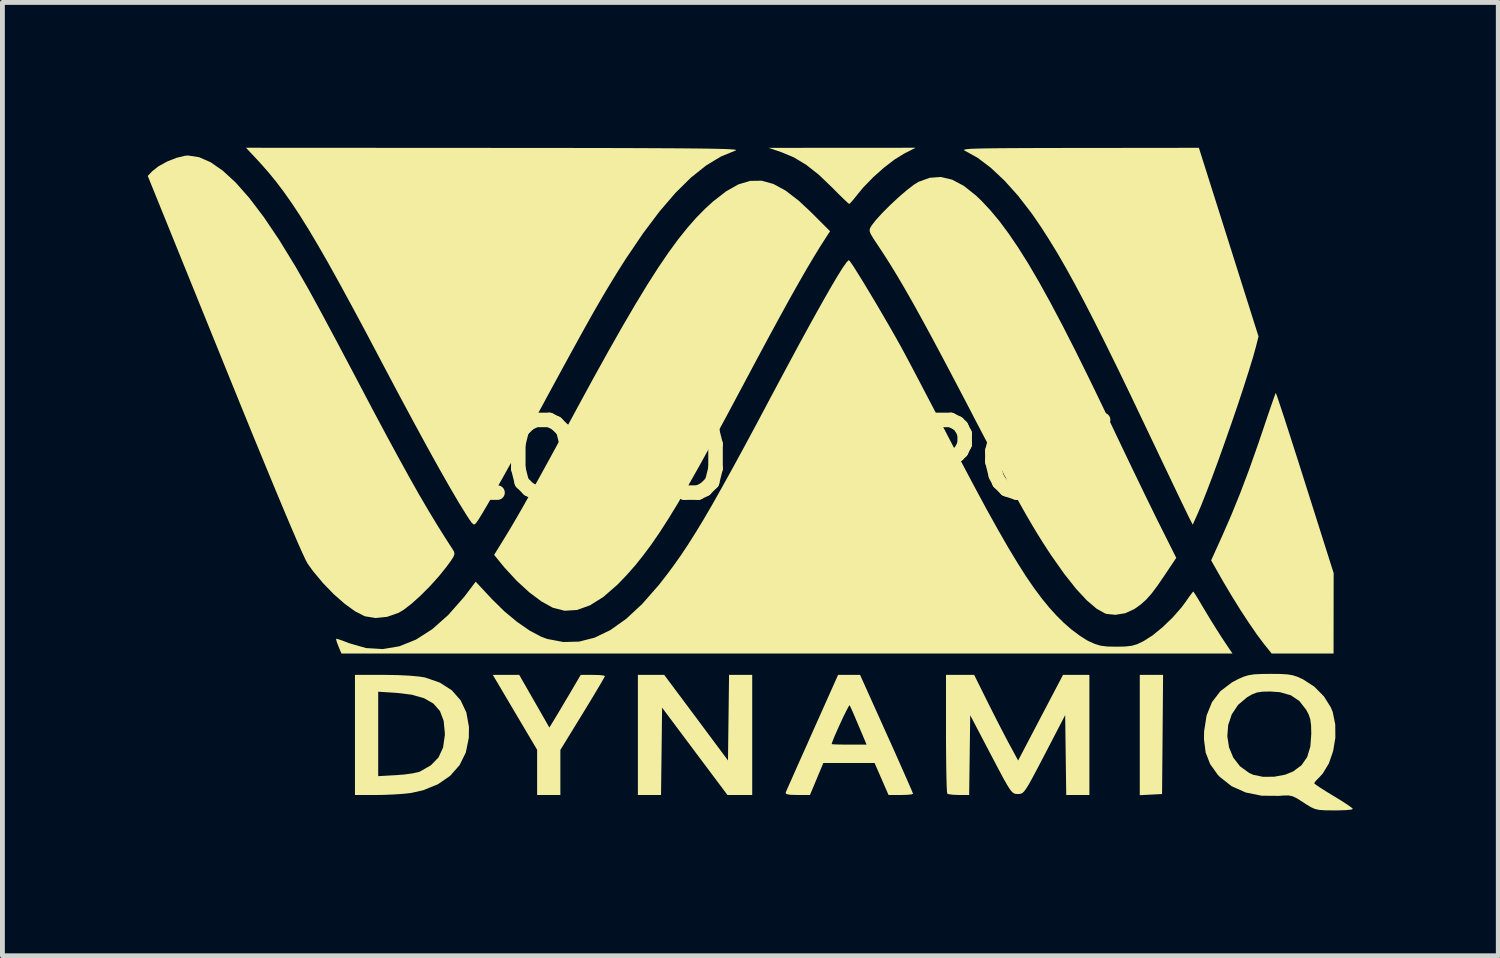
<source format=kicad_pcb>
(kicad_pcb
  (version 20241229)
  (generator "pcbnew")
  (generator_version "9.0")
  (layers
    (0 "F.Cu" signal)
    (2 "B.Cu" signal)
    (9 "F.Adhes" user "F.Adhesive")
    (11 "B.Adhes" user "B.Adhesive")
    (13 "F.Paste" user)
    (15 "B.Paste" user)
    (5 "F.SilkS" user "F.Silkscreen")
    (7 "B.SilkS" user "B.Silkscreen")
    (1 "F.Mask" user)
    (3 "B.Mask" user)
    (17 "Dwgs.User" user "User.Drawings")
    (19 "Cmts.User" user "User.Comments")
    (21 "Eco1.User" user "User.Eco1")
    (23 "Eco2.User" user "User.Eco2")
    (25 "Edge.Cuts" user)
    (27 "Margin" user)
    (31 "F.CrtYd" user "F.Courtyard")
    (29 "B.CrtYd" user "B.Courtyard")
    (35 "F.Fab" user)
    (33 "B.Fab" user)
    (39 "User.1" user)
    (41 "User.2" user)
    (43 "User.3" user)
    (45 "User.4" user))
  (footprint "LOGO_LARGE"
    (layer "F.Cu")
    (at 13.077 6.44)
    (property "Reference" "LOGO_LARGE" (at 0 0 0) (layer "F.SilkS") (effects (font (size 1.5 1.5) (thickness 0.3))))
    (attr board_only exclude_from_pos_files exclude_from_bom)
    (fp_poly (pts (xy 7.871 5.67) (xy 7.86 6.9) (xy 7.63 6.912) (xy 7.4 6.924) (xy 7.4 5.682) (xy 7.4 4.44) (xy 7.641 4.44) (xy 7.881 4.44)) (stroke (width 0) (type solid)) (fill yes) (layer "F.SilkS"))
    (fp_poly (pts (xy -1.758 5.323) (xy -1.1 6.207) (xy -1.089 5.323) (xy -1.078 4.44) (xy -0.839 4.44) (xy -0.6 4.44) (xy -0.6 5.68) (xy -0.6 6.92) (xy -0.856 6.92) (xy -1.111 6.92) (xy -1.786 6.019) (xy -2.46 5.118) (xy -2.471 6.019) (xy -2.482 6.92) (xy -2.721 6.92) (xy -2.96 6.92) (xy -2.96 5.68) (xy -2.96 4.44) (xy -2.688 4.44) (xy -2.417 4.44)) (stroke (width 0) (type solid)) (fill yes) (layer "F.SilkS"))
    (fp_poly (pts (xy 2.528 -6.315) (xy 2.335 -6.195) (xy 2.118 -6.028) (xy 1.899 -5.833) (xy 1.7 -5.629) (xy 1.578 -5.482) (xy 1.495 -5.378) (xy 1.431 -5.305) (xy 1.402 -5.28) (xy 1.367 -5.308) (xy 1.289 -5.381) (xy 1.179 -5.489) (xy 1.059 -5.61) (xy 0.777 -5.881) (xy 0.515 -6.088) (xy 0.26 -6.241) (xy 0.009 -6.346) (xy -0.26 -6.438) (xy 1.256 -6.439) (xy 2.771 -6.44)) (stroke (width 0) (type solid)) (fill yes) (layer "F.SilkS"))
    (fp_poly (pts (xy -5.098 4.984) (xy -4.787 5.528) (xy -4.693 5.374) (xy -4.633 5.275) (xy -4.546 5.129) (xy -4.445 4.958) (xy -4.369 4.831) (xy -4.14 4.441) (xy -3.89 4.441) (xy -3.76 4.444) (xy -3.67 4.453) (xy -3.64 4.465) (xy -3.66 4.505) (xy -3.716 4.603) (xy -3.802 4.748) (xy -3.912 4.932) (xy -4.04 5.142) (xy -4.1 5.24) (xy -4.56 5.99) (xy -4.56 6.455) (xy -4.56 6.92) (xy -4.8 6.92) (xy -5.04 6.92) (xy -5.04 6.453) (xy -5.04 5.986) (xy -5.498 5.213) (xy -5.955 4.44) (xy -5.683 4.44) (xy -5.41 4.44)) (stroke (width 0) (type solid)) (fill yes) (layer "F.SilkS"))
    (fp_poly (pts (xy 10.221 -1.346) (xy 10.257 -1.242) (xy 10.312 -1.077) (xy 10.385 -0.857) (xy 10.471 -0.59) (xy 10.57 -0.282) (xy 10.679 0.058) (xy 10.795 0.424) (xy 10.811 0.474) (xy 11.402 2.34) (xy 11.401 3.17) (xy 11.4 4) (xy 10.761 4) (xy 10.122 4) (xy 9.954 3.79) (xy 9.818 3.608) (xy 9.656 3.373) (xy 9.479 3.103) (xy 9.3 2.815) (xy 9.13 2.529) (xy 9.084 2.449) (xy 8.873 2.077) (xy 9.112 1.549) (xy 9.295 1.128) (xy 9.474 0.687) (xy 9.655 0.208) (xy 9.843 -0.324) (xy 9.962 -0.674) (xy 10.036 -0.895) (xy 10.102 -1.088) (xy 10.156 -1.242) (xy 10.192 -1.343) (xy 10.207 -1.38)) (stroke (width 0) (type solid)) (fill yes) (layer "F.SilkS"))
    (fp_poly (pts (xy -8.19 4.441) (xy -7.916 4.445) (xy -7.672 4.457) (xy -7.475 4.475) (xy -7.354 4.494) (xy -7.048 4.6) (xy -6.802 4.758) (xy -6.619 4.965) (xy -6.5 5.219) (xy -6.447 5.516) (xy -6.45 5.74) (xy -6.511 6.041) (xy -6.64 6.303) (xy -6.834 6.524) (xy -7.087 6.698) (xy -7.395 6.823) (xy -7.64 6.878) (xy -7.793 6.895) (xy -7.994 6.909) (xy -8.214 6.918) (xy -8.35 6.92) (xy -8.8 6.92) (xy -8.8 5.68) (xy -8.8 5.659) (xy -8.32 5.659) (xy -8.32 6.531) (xy -7.95 6.51) (xy -7.771 6.496) (xy -7.609 6.473) (xy -7.49 6.447) (xy -7.46 6.437) (xy -7.233 6.307) (xy -7.075 6.144) (xy -6.981 5.94) (xy -6.945 5.684) (xy -6.945 5.64) (xy -6.969 5.39) (xy -7.045 5.189) (xy -7.179 5.034) (xy -7.374 4.922) (xy -7.634 4.849) (xy -7.931 4.813) (xy -8.32 4.788) (xy -8.32 5.659) (xy -8.8 5.659) (xy -8.8 4.44)) (stroke (width 0) (type solid)) (fill yes) (layer "F.SilkS"))
    (fp_poly (pts (xy 4.254 4.99) (xy 4.368 5.217) (xy 4.487 5.451) (xy 4.599 5.667) (xy 4.691 5.843) (xy 4.708 5.874) (xy 4.889 6.208) (xy 5.352 5.324) (xy 5.816 4.44) (xy 6.088 4.44) (xy 6.36 4.44) (xy 6.36 5.68) (xy 6.36 6.92) (xy 6.121 6.92) (xy 5.882 6.92) (xy 5.871 6.096) (xy 5.86 5.271) (xy 5.437 6.086) (xy 5.301 6.346) (xy 5.196 6.544) (xy 5.117 6.688) (xy 5.056 6.787) (xy 5.01 6.849) (xy 4.971 6.883) (xy 4.934 6.897) (xy 4.892 6.9) (xy 4.883 6.9) (xy 4.84 6.898) (xy 4.802 6.887) (xy 4.764 6.858) (xy 4.719 6.803) (xy 4.662 6.712) (xy 4.586 6.579) (xy 4.487 6.393) (xy 4.357 6.146) (xy 4.326 6.087) (xy 3.9 5.274) (xy 3.889 6.097) (xy 3.878 6.92) (xy 3.666 6.92) (xy 3.542 6.915) (xy 3.453 6.903) (xy 3.427 6.893) (xy 3.42 6.848) (xy 3.414 6.733) (xy 3.409 6.558) (xy 3.405 6.333) (xy 3.402 6.067) (xy 3.4 5.772) (xy 3.4 5.653) (xy 3.4 4.44) (xy 3.691 4.44) (xy 3.981 4.44)) (stroke (width 0) (type solid)) (fill yes) (layer "F.SilkS"))
    (fp_poly (pts (xy 9.236 -4.492) (xy 9.851 -2.545) (xy 9.8 -2.342) (xy 9.739 -2.122) (xy 9.653 -1.841) (xy 9.548 -1.512) (xy 9.429 -1.151) (xy 9.299 -0.771) (xy 9.164 -0.385) (xy 9.029 -0.007) (xy 8.898 0.349) (xy 8.776 0.669) (xy 8.669 0.939) (xy 8.592 1.12) (xy 8.493 1.34) (xy 8.428 1.214) (xy 8.398 1.153) (xy 8.337 1.027) (xy 8.249 0.845) (xy 8.138 0.613) (xy 8.008 0.34) (xy 7.861 0.033) (xy 7.703 -0.301) (xy 7.538 -0.646) (xy 7.229 -1.295) (xy 6.948 -1.877) (xy 6.692 -2.397) (xy 6.46 -2.861) (xy 6.247 -3.274) (xy 6.05 -3.644) (xy 5.867 -3.975) (xy 5.694 -4.274) (xy 5.528 -4.545) (xy 5.367 -4.796) (xy 5.206 -5.032) (xy 5.165 -5.09) (xy 4.891 -5.446) (xy 4.608 -5.761) (xy 4.325 -6.027) (xy 4.051 -6.234) (xy 3.8 -6.373) (xy 3.777 -6.385) (xy 3.772 -6.396) (xy 3.792 -6.405) (xy 3.841 -6.412) (xy 3.925 -6.419) (xy 4.05 -6.423) (xy 4.22 -6.427) (xy 4.441 -6.43) (xy 4.719 -6.432) (xy 5.059 -6.434) (xy 5.465 -6.435) (xy 5.945 -6.436) (xy 6.14 -6.436) (xy 8.62 -6.439)) (stroke (width 0) (type solid)) (fill yes) (layer "F.SilkS"))
    (fp_poly (pts (xy 2.173 5.656) (xy 2.304 5.946) (xy 2.423 6.214) (xy 2.527 6.449) (xy 2.613 6.643) (xy 2.676 6.788) (xy 2.712 6.874) (xy 2.72 6.896) (xy 2.684 6.908) (xy 2.588 6.917) (xy 2.467 6.92) (xy 2.214 6.92) (xy 2.07 6.59) (xy 1.926 6.26) (xy 1.397 6.26) (xy 0.868 6.26) (xy 0.73 6.59) (xy 0.592 6.92) (xy 0.332 6.92) (xy 0.185 6.916) (xy 0.108 6.901) (xy 0.089 6.874) (xy 0.091 6.87) (xy 0.111 6.822) (xy 0.16 6.711) (xy 0.234 6.545) (xy 0.328 6.332) (xy 0.439 6.083) (xy 0.535 5.87) (xy 1.04 5.87) (xy 1.077 5.874) (xy 1.176 5.878) (xy 1.32 5.88) (xy 1.401 5.88) (xy 1.761 5.88) (xy 1.706 5.75) (xy 1.662 5.645) (xy 1.6 5.499) (xy 1.541 5.36) (xy 1.484 5.226) (xy 1.437 5.121) (xy 1.412 5.067) (xy 1.411 5.067) (xy 1.391 5.091) (xy 1.348 5.172) (xy 1.288 5.292) (xy 1.222 5.433) (xy 1.156 5.579) (xy 1.098 5.711) (xy 1.057 5.814) (xy 1.04 5.868) (xy 1.04 5.87) (xy 0.535 5.87) (xy 0.563 5.806) (xy 0.641 5.63) (xy 1.173 4.44) (xy 1.4 4.44) (xy 1.626 4.44)) (stroke (width 0) (type solid)) (fill yes) (layer "F.SilkS"))
    (fp_poly (pts (xy -12.017 -6.245) (xy -11.779 -6.141) (xy -11.527 -5.966) (xy -11.26 -5.72) (xy -10.979 -5.401) (xy -10.681 -5.008) (xy -10.366 -4.541) (xy -10.034 -3.999) (xy -9.761 -3.523) (xy -9.653 -3.326) (xy -9.515 -3.073) (xy -9.356 -2.777) (xy -9.182 -2.452) (xy -9.002 -2.112) (xy -8.822 -1.772) (xy -8.712 -1.563) (xy -8.412 -0.993) (xy -8.142 -0.488) (xy -7.899 -0.04) (xy -7.679 0.36) (xy -7.476 0.719) (xy -7.286 1.044) (xy -7.105 1.343) (xy -6.929 1.624) (xy -6.786 1.845) (xy -6.754 1.899) (xy -6.746 1.947) (xy -6.768 2.006) (xy -6.826 2.095) (xy -6.907 2.205) (xy -7.067 2.405) (xy -7.25 2.608) (xy -7.441 2.8) (xy -7.626 2.967) (xy -7.79 3.094) (xy -7.896 3.158) (xy -8.135 3.242) (xy -8.374 3.267) (xy -8.59 3.232) (xy -8.607 3.226) (xy -8.795 3.13) (xy -9.009 2.976) (xy -9.235 2.778) (xy -9.458 2.548) (xy -9.665 2.3) (xy -9.775 2.148) (xy -9.816 2.072) (xy -9.886 1.923) (xy -9.984 1.702) (xy -10.11 1.41) (xy -10.262 1.05) (xy -10.441 0.622) (xy -10.645 0.128) (xy -10.875 -0.43) (xy -11.129 -1.053) (xy -11.407 -1.737) (xy -11.497 -1.959) (xy -13.077 -5.858) (xy -12.991 -5.95) (xy -12.858 -6.056) (xy -12.679 -6.155) (xy -12.485 -6.232) (xy -12.306 -6.275) (xy -12.244 -6.28)) (stroke (width 0) (type solid)) (fill yes) (layer "F.SilkS"))
    (fp_poly (pts (xy -0.163 -5.693) (xy 0.092 -5.554) (xy 0.364 -5.344) (xy 0.614 -5.11) (xy 1.007 -4.717) (xy 0.94 -4.615) (xy 0.812 -4.415) (xy 0.676 -4.194) (xy 0.528 -3.945) (xy 0.365 -3.662) (xy 0.183 -3.339) (xy -0.02 -2.97) (xy -0.249 -2.549) (xy -0.507 -2.069) (xy -0.797 -1.524) (xy -0.821 -1.48) (xy -1.14 -0.882) (xy -1.428 -0.35) (xy -1.688 0.121) (xy -1.923 0.537) (xy -2.137 0.903) (xy -2.334 1.225) (xy -2.517 1.509) (xy -2.689 1.759) (xy -2.855 1.981) (xy -3.016 2.182) (xy -3.178 2.366) (xy -3.343 2.539) (xy -3.386 2.582) (xy -3.674 2.833) (xy -3.951 3.006) (xy -4.217 3.101) (xy -4.472 3.117) (xy -4.714 3.055) (xy -4.717 3.054) (xy -4.95 2.925) (xy -5.203 2.736) (xy -5.462 2.498) (xy -5.714 2.225) (xy -5.774 2.152) (xy -5.927 1.963) (xy -5.71 1.612) (xy -5.597 1.425) (xy -5.475 1.218) (xy -5.339 0.982) (xy -5.187 0.712) (xy -5.013 0.4) (xy -4.815 0.04) (xy -4.588 -0.376) (xy -4.329 -0.853) (xy -4.242 -1.014) (xy -3.892 -1.658) (xy -3.572 -2.235) (xy -3.281 -2.748) (xy -3.014 -3.204) (xy -2.769 -3.607) (xy -2.542 -3.962) (xy -2.331 -4.273) (xy -2.132 -4.545) (xy -1.941 -4.784) (xy -1.757 -4.994) (xy -1.575 -5.179) (xy -1.41 -5.33) (xy -1.14 -5.54) (xy -0.888 -5.683) (xy -0.645 -5.756) (xy -0.406 -5.76)) (stroke (width 0) (type solid)) (fill yes) (layer "F.SilkS"))
    (fp_poly (pts (xy -5.915 -6.437) (xy -5.153 -6.437) (xy -4.468 -6.436) (xy -3.856 -6.435) (xy -3.313 -6.434) (xy -2.837 -6.432) (xy -2.423 -6.43) (xy -2.067 -6.428) (xy -1.768 -6.425) (xy -1.52 -6.422) (xy -1.321 -6.418) (xy -1.167 -6.414) (xy -1.054 -6.409) (xy -0.98 -6.403) (xy -0.939 -6.397) (xy -0.93 -6.39) (xy -0.942 -6.384) (xy -1.246 -6.259) (xy -1.552 -6.074) (xy -1.864 -5.825) (xy -2.183 -5.51) (xy -2.513 -5.126) (xy -2.855 -4.671) (xy -3.213 -4.142) (xy -3.372 -3.891) (xy -3.492 -3.696) (xy -3.613 -3.496) (xy -3.739 -3.282) (xy -3.875 -3.046) (xy -4.024 -2.781) (xy -4.192 -2.478) (xy -4.383 -2.13) (xy -4.602 -1.729) (xy -4.853 -1.266) (xy -4.899 -1.18) (xy -5.138 -0.74) (xy -5.363 -0.328) (xy -5.571 0.05) (xy -5.76 0.389) (xy -5.926 0.684) (xy -6.065 0.927) (xy -6.176 1.115) (xy -6.254 1.241) (xy -6.285 1.286) (xy -6.32 1.328) (xy -6.351 1.336) (xy -6.391 1.3) (xy -6.453 1.21) (xy -6.501 1.136) (xy -6.656 0.886) (xy -6.844 0.565) (xy -7.065 0.176) (xy -7.318 -0.28) (xy -7.601 -0.801) (xy -7.914 -1.384) (xy -8.239 -1.998) (xy -8.559 -2.604) (xy -8.848 -3.143) (xy -9.108 -3.621) (xy -9.343 -4.045) (xy -9.557 -4.418) (xy -9.753 -4.748) (xy -9.934 -5.038) (xy -10.104 -5.296) (xy -10.266 -5.526) (xy -10.423 -5.734) (xy -10.579 -5.925) (xy -10.738 -6.106) (xy -10.811 -6.186) (xy -11.049 -6.44)) (stroke (width 0) (type solid)) (fill yes) (layer "F.SilkS"))
    (fp_poly (pts (xy 3.525 -5.782) (xy 3.766 -5.655) (xy 4.02 -5.453) (xy 4.136 -5.342) (xy 4.318 -5.147) (xy 4.503 -4.925) (xy 4.692 -4.671) (xy 4.889 -4.381) (xy 5.097 -4.051) (xy 5.317 -3.675) (xy 5.552 -3.25) (xy 5.806 -2.77) (xy 6.08 -2.232) (xy 6.377 -1.631) (xy 6.7 -0.962) (xy 6.872 -0.6) (xy 7.031 -0.266) (xy 7.196 0.079) (xy 7.36 0.419) (xy 7.515 0.74) (xy 7.655 1.026) (xy 7.77 1.261) (xy 7.811 1.342) (xy 8.153 2.025) (xy 7.914 2.382) (xy 7.765 2.6) (xy 7.642 2.764) (xy 7.532 2.888) (xy 7.422 2.986) (xy 7.299 3.074) (xy 7.282 3.085) (xy 7.099 3.168) (xy 6.898 3.201) (xy 6.712 3.182) (xy 6.68 3.171) (xy 6.506 3.073) (xy 6.307 2.903) (xy 6.085 2.664) (xy 5.841 2.356) (xy 5.579 1.984) (xy 5.51 1.88) (xy 5.398 1.707) (xy 5.288 1.531) (xy 5.175 1.343) (xy 5.054 1.136) (xy 4.923 0.903) (xy 4.777 0.638) (xy 4.612 0.331) (xy 4.424 -0.022) (xy 4.209 -0.431) (xy 3.963 -0.901) (xy 3.889 -1.045) (xy 3.599 -1.599) (xy 3.341 -2.088) (xy 3.111 -2.519) (xy 2.905 -2.898) (xy 2.72 -3.233) (xy 2.55 -3.53) (xy 2.394 -3.796) (xy 2.246 -4.038) (xy 2.103 -4.262) (xy 1.99 -4.433) (xy 1.897 -4.573) (xy 1.843 -4.665) (xy 1.823 -4.726) (xy 1.83 -4.774) (xy 1.859 -4.826) (xy 1.863 -4.833) (xy 1.953 -4.949) (xy 2.087 -5.096) (xy 2.248 -5.257) (xy 2.421 -5.418) (xy 2.588 -5.562) (xy 2.733 -5.674) (xy 2.829 -5.735) (xy 3.063 -5.82) (xy 3.293 -5.837)) (stroke (width 0) (type solid)) (fill yes) (layer "F.SilkS"))
    (fp_poly (pts (xy 10.301 4.422) (xy 10.445 4.43) (xy 10.555 4.448) (xy 10.652 4.479) (xy 10.76 4.528) (xy 10.769 4.532) (xy 11.003 4.684) (xy 11.201 4.884) (xy 11.344 5.112) (xy 11.383 5.208) (xy 11.435 5.465) (xy 11.437 5.741) (xy 11.391 6.016) (xy 11.303 6.269) (xy 11.176 6.479) (xy 11.104 6.557) (xy 11.035 6.627) (xy 11.001 6.674) (xy 11 6.678) (xy 11.032 6.706) (xy 11.12 6.766) (xy 11.25 6.849) (xy 11.4 6.94) (xy 11.557 7.036) (xy 11.685 7.119) (xy 11.771 7.18) (xy 11.8 7.209) (xy 11.763 7.222) (xy 11.663 7.232) (xy 11.517 7.237) (xy 11.41 7.238) (xy 11.229 7.236) (xy 11.104 7.228) (xy 11.011 7.207) (xy 10.926 7.168) (xy 10.824 7.105) (xy 10.78 7.076) (xy 10.651 6.993) (xy 10.557 6.947) (xy 10.467 6.929) (xy 10.35 6.932) (xy 10.276 6.938) (xy 9.914 6.935) (xy 9.585 6.868) (xy 9.295 6.738) (xy 9.053 6.548) (xy 9.007 6.499) (xy 8.852 6.281) (xy 8.76 6.044) (xy 8.725 5.771) (xy 8.726 5.707) (xy 9.207 5.707) (xy 9.242 5.935) (xy 9.329 6.147) (xy 9.469 6.328) (xy 9.658 6.465) (xy 9.745 6.504) (xy 9.944 6.545) (xy 10.174 6.543) (xy 10.401 6.501) (xy 10.566 6.434) (xy 10.738 6.306) (xy 10.855 6.138) (xy 10.921 5.919) (xy 10.94 5.66) (xy 10.936 5.484) (xy 10.92 5.36) (xy 10.886 5.257) (xy 10.834 5.16) (xy 10.694 4.98) (xy 10.517 4.861) (xy 10.292 4.798) (xy 10.098 4.784) (xy 9.934 4.787) (xy 9.817 4.805) (xy 9.713 4.846) (xy 9.615 4.903) (xy 9.429 5.06) (xy 9.299 5.255) (xy 9.225 5.476) (xy 9.207 5.707) (xy 8.726 5.707) (xy 8.728 5.605) (xy 8.779 5.279) (xy 8.89 5.004) (xy 9.064 4.777) (xy 9.303 4.595) (xy 9.437 4.525) (xy 9.547 4.477) (xy 9.648 4.447) (xy 9.764 4.429) (xy 9.917 4.422) (xy 10.1 4.42)) (stroke (width 0) (type solid)) (fill yes) (layer "F.SilkS"))
    (fp_poly (pts (xy 1.424 -4.087) (xy 1.487 -3.995) (xy 1.577 -3.853) (xy 1.689 -3.672) (xy 1.816 -3.462) (xy 1.953 -3.233) (xy 2.093 -2.994) (xy 2.231 -2.757) (xy 2.36 -2.531) (xy 2.474 -2.327) (xy 2.51 -2.26) (xy 2.588 -2.115) (xy 2.696 -1.912) (xy 2.827 -1.663) (xy 2.975 -1.38) (xy 3.134 -1.076) (xy 3.296 -0.764) (xy 3.381 -0.6) (xy 3.696 0.006) (xy 3.981 0.545) (xy 4.238 1.022) (xy 4.471 1.441) (xy 4.683 1.81) (xy 4.877 2.131) (xy 5.055 2.412) (xy 5.223 2.656) (xy 5.382 2.869) (xy 5.536 3.057) (xy 5.688 3.224) (xy 5.835 3.369) (xy 5.989 3.503) (xy 6.156 3.628) (xy 6.307 3.725) (xy 6.345 3.745) (xy 6.478 3.804) (xy 6.596 3.839) (xy 6.73 3.855) (xy 6.911 3.859) (xy 6.92 3.859) (xy 7.102 3.855) (xy 7.233 3.84) (xy 7.344 3.808) (xy 7.465 3.751) (xy 7.479 3.744) (xy 7.667 3.623) (xy 7.875 3.453) (xy 8.081 3.254) (xy 8.263 3.046) (xy 8.345 2.935) (xy 8.422 2.825) (xy 8.48 2.748) (xy 8.504 2.72) (xy 8.528 2.752) (xy 8.583 2.839) (xy 8.66 2.968) (xy 8.733 3.09) (xy 8.848 3.282) (xy 8.973 3.483) (xy 9.087 3.662) (xy 9.132 3.73) (xy 9.313 4) (xy 0.117 4) (xy -9.079 4) (xy -9.14 3.854) (xy -9.176 3.759) (xy -9.19 3.701) (xy -9.189 3.695) (xy -9.148 3.703) (xy -9.054 3.735) (xy -8.926 3.784) (xy -8.919 3.787) (xy -8.571 3.887) (xy -8.225 3.908) (xy -7.882 3.85) (xy -7.541 3.713) (xy -7.204 3.497) (xy -6.873 3.203) (xy -6.546 2.831) (xy -6.482 2.747) (xy -6.308 2.517) (xy -5.972 2.877) (xy -5.717 3.128) (xy -5.452 3.348) (xy -5.193 3.527) (xy -4.953 3.654) (xy -4.831 3.699) (xy -4.5 3.762) (xy -4.174 3.754) (xy -3.851 3.672) (xy -3.527 3.515) (xy -3.2 3.283) (xy -2.868 2.974) (xy -2.529 2.587) (xy -2.509 2.561) (xy -2.362 2.373) (xy -2.218 2.179) (xy -2.074 1.975) (xy -1.926 1.753) (xy -1.771 1.508) (xy -1.605 1.235) (xy -1.425 0.926) (xy -1.227 0.575) (xy -1.007 0.178) (xy -0.761 -0.273) (xy -0.487 -0.783) (xy -0.181 -1.359) (xy -0.18 -1.36) (xy 0.114 -1.911) (xy 0.38 -2.405) (xy 0.618 -2.84) (xy 0.827 -3.215) (xy 1.005 -3.528) (xy 1.151 -3.776) (xy 1.265 -3.959) (xy 1.346 -4.074) (xy 1.391 -4.119) (xy 1.395 -4.12)) (stroke (width 0) (type solid)) (fill yes) (layer "F.SilkS")))
  (gr_rect
    (start -3 -3)
    (end 27.877 16.678)
    (stroke (width 0.1) (type default))
    (fill no)
    (layer "Edge.Cuts")))
</source>
